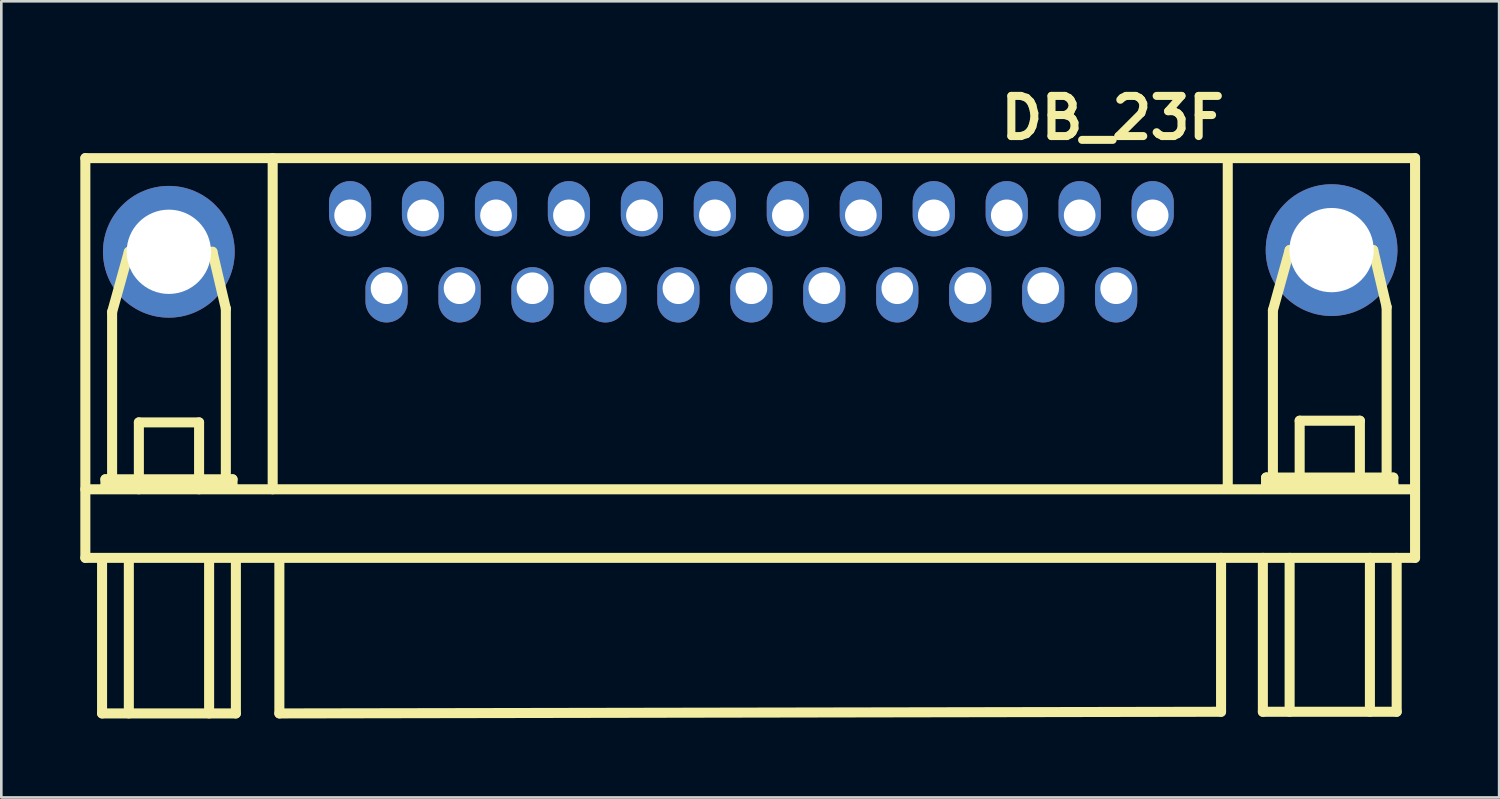
<source format=kicad_pcb>
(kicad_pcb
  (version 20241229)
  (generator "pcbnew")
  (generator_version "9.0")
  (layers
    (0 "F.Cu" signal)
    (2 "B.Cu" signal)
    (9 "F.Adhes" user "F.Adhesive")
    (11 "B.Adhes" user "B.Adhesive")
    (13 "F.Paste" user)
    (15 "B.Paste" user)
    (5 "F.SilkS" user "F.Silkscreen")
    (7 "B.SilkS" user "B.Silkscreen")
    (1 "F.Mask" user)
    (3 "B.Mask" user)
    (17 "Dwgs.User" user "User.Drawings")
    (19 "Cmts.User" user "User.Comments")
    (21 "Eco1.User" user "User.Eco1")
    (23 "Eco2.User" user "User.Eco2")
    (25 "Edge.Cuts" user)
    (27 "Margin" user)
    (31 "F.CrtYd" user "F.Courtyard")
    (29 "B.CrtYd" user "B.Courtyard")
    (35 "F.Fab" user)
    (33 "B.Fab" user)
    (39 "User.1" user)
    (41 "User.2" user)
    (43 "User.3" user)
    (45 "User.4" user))
  (footprint "DB_23F"
    (layer "F.Cu")
    (at 26.86 13.621)
    (property "Reference" "DB_23F" (at 12.332 -12.195 180) (layer "F.SilkS") (effects (font (size 1.524 1.524) (thickness 0.305))))
    (attr through_hole)
    (fp_line (start -26.67 -10.668) (end -26.67 4.508) (stroke (width 0.381) (type solid)) (layer "F.SilkS"))
    (fp_line (start -26.67 1.905) (end 23.749 1.905) (stroke (width 0.381) (type solid)) (layer "F.SilkS"))
    (fp_line (start -26.035 4.572) (end -26.035 10.414) (stroke (width 0.381) (type solid)) (layer "F.SilkS"))
    (fp_line (start -26.035 10.414) (end -20.955 10.414) (stroke (width 0.381) (type solid)) (layer "F.SilkS"))
    (fp_line (start -25.908 1.524) (end -25.908 1.778) (stroke (width 0.381) (type solid)) (layer "F.SilkS"))
    (fp_line (start -25.908 1.778) (end -21.082 1.778) (stroke (width 0.381) (type solid)) (layer "F.SilkS"))
    (fp_line (start -25.654 -4.826) (end -25.019 -7.112) (stroke (width 0.381) (type solid)) (layer "F.SilkS"))
    (fp_line (start -25.654 1.524) (end -25.654 -4.826) (stroke (width 0.381) (type solid)) (layer "F.SilkS"))
    (fp_line (start -25.019 -7.112) (end -21.844 -7.112) (stroke (width 0.381) (type solid)) (layer "F.SilkS"))
    (fp_line (start -25.019 4.572) (end -25.019 10.414) (stroke (width 0.381) (type solid)) (layer "F.SilkS"))
    (fp_line (start -24.638 -0.635) (end -22.352 -0.635) (stroke (width 0.381) (type solid)) (layer "F.SilkS"))
    (fp_line (start -24.638 1.905) (end -24.638 -0.635) (stroke (width 0.381) (type solid)) (layer "F.SilkS"))
    (fp_line (start -22.352 -0.635) (end -22.352 1.905) (stroke (width 0.381) (type solid)) (layer "F.SilkS"))
    (fp_line (start -21.971 4.572) (end -21.971 10.414) (stroke (width 0.381) (type solid)) (layer "F.SilkS"))
    (fp_line (start -21.844 -7.112) (end -21.336 -4.953) (stroke (width 0.381) (type solid)) (layer "F.SilkS"))
    (fp_line (start -21.336 -4.953) (end -21.336 1.524) (stroke (width 0.381) (type solid)) (layer "F.SilkS"))
    (fp_line (start -21.082 1.524) (end -25.908 1.524) (stroke (width 0.381) (type solid)) (layer "F.SilkS"))
    (fp_line (start -21.082 1.778) (end -21.082 1.524) (stroke (width 0.381) (type solid)) (layer "F.SilkS"))
    (fp_line (start -20.955 4.572) (end -20.955 10.414) (stroke (width 0.381) (type solid)) (layer "F.SilkS"))
    (fp_line (start -19.558 1.905) (end -19.558 -10.668) (stroke (width 0.381) (type solid)) (layer "F.SilkS"))
    (fp_line (start -19.304 4.572) (end -19.304 10.414) (stroke (width 0.381) (type solid)) (layer "F.SilkS"))
    (fp_line (start 16.447 10.351) (end -19.304 10.414) (stroke (width 0.381) (type solid)) (layer "F.SilkS"))
    (fp_line (start 16.447 10.351) (end 16.447 4.508) (stroke (width 0.381) (type solid)) (layer "F.SilkS"))
    (fp_line (start 16.701 1.841) (end 16.701 -10.477) (stroke (width 0.381) (type solid)) (layer "F.SilkS"))
    (fp_line (start 18.034 4.508) (end 18.034 10.351) (stroke (width 0.381) (type solid)) (layer "F.SilkS"))
    (fp_line (start 18.034 10.351) (end 23.114 10.351) (stroke (width 0.381) (type solid)) (layer "F.SilkS"))
    (fp_line (start 18.161 1.46) (end 18.161 1.714) (stroke (width 0.381) (type solid)) (layer "F.SilkS"))
    (fp_line (start 18.161 1.46) (end 18.161 1.714) (stroke (width 0.381) (type solid)) (layer "F.SilkS"))
    (fp_line (start 18.161 1.714) (end 22.987 1.714) (stroke (width 0.381) (type solid)) (layer "F.SilkS"))
    (fp_line (start 18.415 -4.889) (end 19.05 -7.176) (stroke (width 0.381) (type solid)) (layer "F.SilkS"))
    (fp_line (start 18.415 1.46) (end 18.415 -4.889) (stroke (width 0.381) (type solid)) (layer "F.SilkS"))
    (fp_line (start 19.05 -7.176) (end 22.225 -7.176) (stroke (width 0.381) (type solid)) (layer "F.SilkS"))
    (fp_line (start 19.05 4.508) (end 19.05 10.351) (stroke (width 0.381) (type solid)) (layer "F.SilkS"))
    (fp_line (start 19.431 -0.699) (end 21.717 -0.699) (stroke (width 0.381) (type solid)) (layer "F.SilkS"))
    (fp_line (start 19.431 1.841) (end 19.431 -0.699) (stroke (width 0.381) (type solid)) (layer "F.SilkS"))
    (fp_line (start 21.717 -0.699) (end 21.717 1.841) (stroke (width 0.381) (type solid)) (layer "F.SilkS"))
    (fp_line (start 22.098 4.508) (end 22.098 10.351) (stroke (width 0.381) (type solid)) (layer "F.SilkS"))
    (fp_line (start 22.225 -7.176) (end 22.733 -5.016) (stroke (width 0.381) (type solid)) (layer "F.SilkS"))
    (fp_line (start 22.733 -5.016) (end 22.733 1.46) (stroke (width 0.381) (type solid)) (layer "F.SilkS"))
    (fp_line (start 22.987 1.46) (end 18.161 1.46) (stroke (width 0.381) (type solid)) (layer "F.SilkS"))
    (fp_line (start 22.987 1.714) (end 22.987 1.46) (stroke (width 0.381) (type solid)) (layer "F.SilkS"))
    (fp_line (start 23.114 4.508) (end 23.114 10.351) (stroke (width 0.381) (type solid)) (layer "F.SilkS"))
    (fp_line (start 23.812 -10.668) (end -26.67 -10.668) (stroke (width 0.381) (type solid)) (layer "F.SilkS"))
    (fp_line (start 23.812 -10.668) (end 23.812 4.508) (stroke (width 0.381) (type solid)) (layer "F.SilkS"))
    (fp_line (start 23.812 4.508) (end -26.67 4.508) (stroke (width 0.381) (type solid)) (layer "F.SilkS"))
    (pad "0" thru_hole circle (at -23.5 -7.112) (size 5.001 5.001) (drill 3.2) (layers "*.Cu" "*.Mask"))
    (pad "0" thru_hole circle (at 20.643 -7.176) (size 5.001 5.001) (drill 3.2) (layers "*.Cu" "*.Mask"))
    (pad "1" thru_hole oval (at 13.851 -8.496) (size 1.6 2.1) (drill 1.2 (offset 0 -0.249)) (layers "*.Cu" "*.Mask"))
    (pad "2" thru_hole oval (at 11.079 -8.496) (size 1.6 2.1) (drill 1.2 (offset 0 -0.249)) (layers "*.Cu" "*.Mask"))
    (pad "3" thru_hole oval (at 8.311 -8.496) (size 1.6 2.1) (drill 1.2 (offset 0 -0.249)) (layers "*.Cu" "*.Mask"))
    (pad "4" thru_hole oval (at 5.54 -8.496) (size 1.6 2.1) (drill 1.2 (offset 0 -0.249)) (layers "*.Cu" "*.Mask"))
    (pad "5" thru_hole oval (at 2.771 -8.496) (size 1.6 2.1) (drill 1.2 (offset 0 -0.249)) (layers "*.Cu" "*.Mask"))
    (pad "6" thru_hole oval (at 0 -8.496) (size 1.6 2.1) (drill 1.2 (offset 0 -0.249)) (layers "*.Cu" "*.Mask"))
    (pad "7" thru_hole oval (at -2.771 -8.496) (size 1.6 2.1) (drill 1.2 (offset 0 -0.249)) (layers "*.Cu" "*.Mask"))
    (pad "8" thru_hole oval (at -5.54 -8.496) (size 1.6 2.1) (drill 1.2 (offset 0 -0.249)) (layers "*.Cu" "*.Mask"))
    (pad "9" thru_hole oval (at -8.311 -8.496) (size 1.6 2.1) (drill 1.2 (offset 0 -0.249)) (layers "*.Cu" "*.Mask"))
    (pad "10" thru_hole oval (at -11.079 -8.496) (size 1.6 2.1) (drill 1.2 (offset 0 -0.249)) (layers "*.Cu" "*.Mask"))
    (pad "11" thru_hole oval (at -13.851 -8.496) (size 1.6 2.1) (drill 1.2 (offset 0 -0.249)) (layers "*.Cu" "*.Mask"))
    (pad "12" thru_hole oval (at -16.619 -8.496) (size 1.6 2.1) (drill 1.2 (offset 0 -0.249)) (layers "*.Cu" "*.Mask"))
    (pad "13" thru_hole oval (at 12.464 -5.728) (size 1.6 2.1) (drill 1.2 (offset 0 0.249)) (layers "*.Cu" "*.Mask"))
    (pad "14" thru_hole oval (at 9.695 -5.728) (size 1.6 2.1) (drill 1.2 (offset 0 0.249)) (layers "*.Cu" "*.Mask"))
    (pad "15" thru_hole oval (at 6.924 -5.728) (size 1.6 2.1) (drill 1.2 (offset 0 0.249)) (layers "*.Cu" "*.Mask"))
    (pad "16" thru_hole oval (at 4.155 -5.728) (size 1.6 2.1) (drill 1.2 (offset 0 0.249)) (layers "*.Cu" "*.Mask"))
    (pad "17" thru_hole oval (at 1.384 -5.728) (size 1.6 2.1) (drill 1.2 (offset 0 0.249)) (layers "*.Cu" "*.Mask"))
    (pad "18" thru_hole oval (at -1.384 -5.728) (size 1.6 2.1) (drill 1.2 (offset 0 0.249)) (layers "*.Cu" "*.Mask"))
    (pad "19" thru_hole oval (at -4.155 -5.728) (size 1.6 2.1) (drill 1.2 (offset 0 0.249)) (layers "*.Cu" "*.Mask"))
    (pad "20" thru_hole oval (at -6.924 -5.728) (size 1.6 2.1) (drill 1.2 (offset 0 0.249)) (layers "*.Cu" "*.Mask"))
    (pad "21" thru_hole oval (at -9.695 -5.728) (size 1.6 2.1) (drill 1.2 (offset 0 0.249)) (layers "*.Cu" "*.Mask"))
    (pad "22" thru_hole oval (at -12.464 -5.728) (size 1.6 2.1) (drill 1.2 (offset 0 0.249)) (layers "*.Cu" "*.Mask"))
    (pad "23" thru_hole oval (at -15.235 -5.728) (size 1.6 2.1) (drill 1.2 (offset 0 0.249)) (layers "*.Cu" "*.Mask")))
  (gr_rect
    (start -3 -3)
    (end 53.864 27.226)
    (stroke (width 0.1) (type default))
    (fill no)
    (layer "Edge.Cuts")))
</source>
